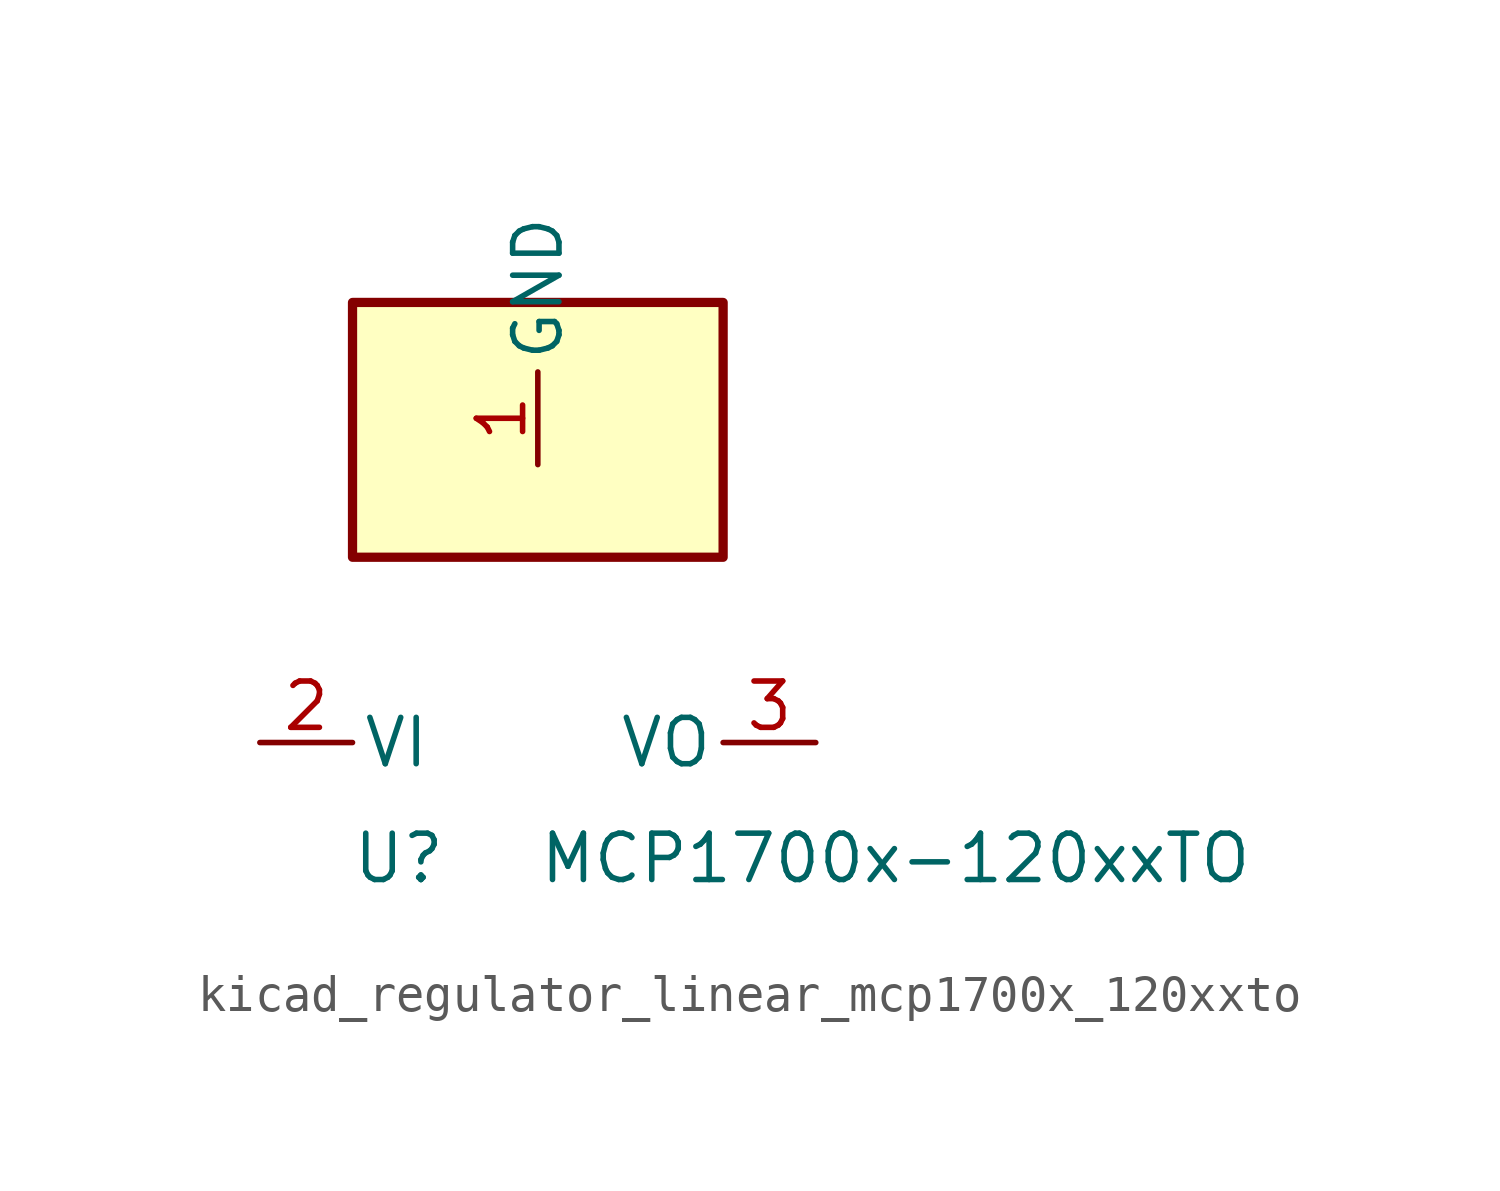
<source format=kicad_sym>
(kicad_symbol_lib
  (version 20220914)
  (generator kicad_symbol_editor)
  (symbol "kicad_regulator_linear_mcp1700x_120xxto"
    (pin_names
      (offset 0.254))
    (property "Reference" "U"
      (at -3.81 -3.175 0)
      (effects (font (size 1.27 1.27))))
    (property "Value" "MCP1700x-120xxTO"
      (at 0 -3.175 0)
      (effects (font (size 1.27 1.27)) (justify left)))
    (symbol "kicad_regulator_linear_mcp1700x_120xxto_0_1"
      (rectangle (start 5.08 12.065) (end -5.08 5.08) (stroke (width 0.254) (type default)) (fill (type background))))
    (symbol "kicad_regulator_linear_mcp1700x_120xxto_1_1"
      (pin power_in line (at 0 7.62 90) (length 2.54) (name "GND" (effects (font (size 1.27 1.27)))) (number "1" (effects (font (size 1.27 1.27)))))
      (pin power_in line (at -7.62 0 0) (length 2.54) (name "VI" (effects (font (size 1.27 1.27)))) (number "2" (effects (font (size 1.27 1.27)))))
      (pin power_out line (at 7.62 0 180) (length 2.54) (name "VO" (effects (font (size 1.27 1.27)))) (number "3" (effects (font (size 1.27 1.27))))))))
</source>
